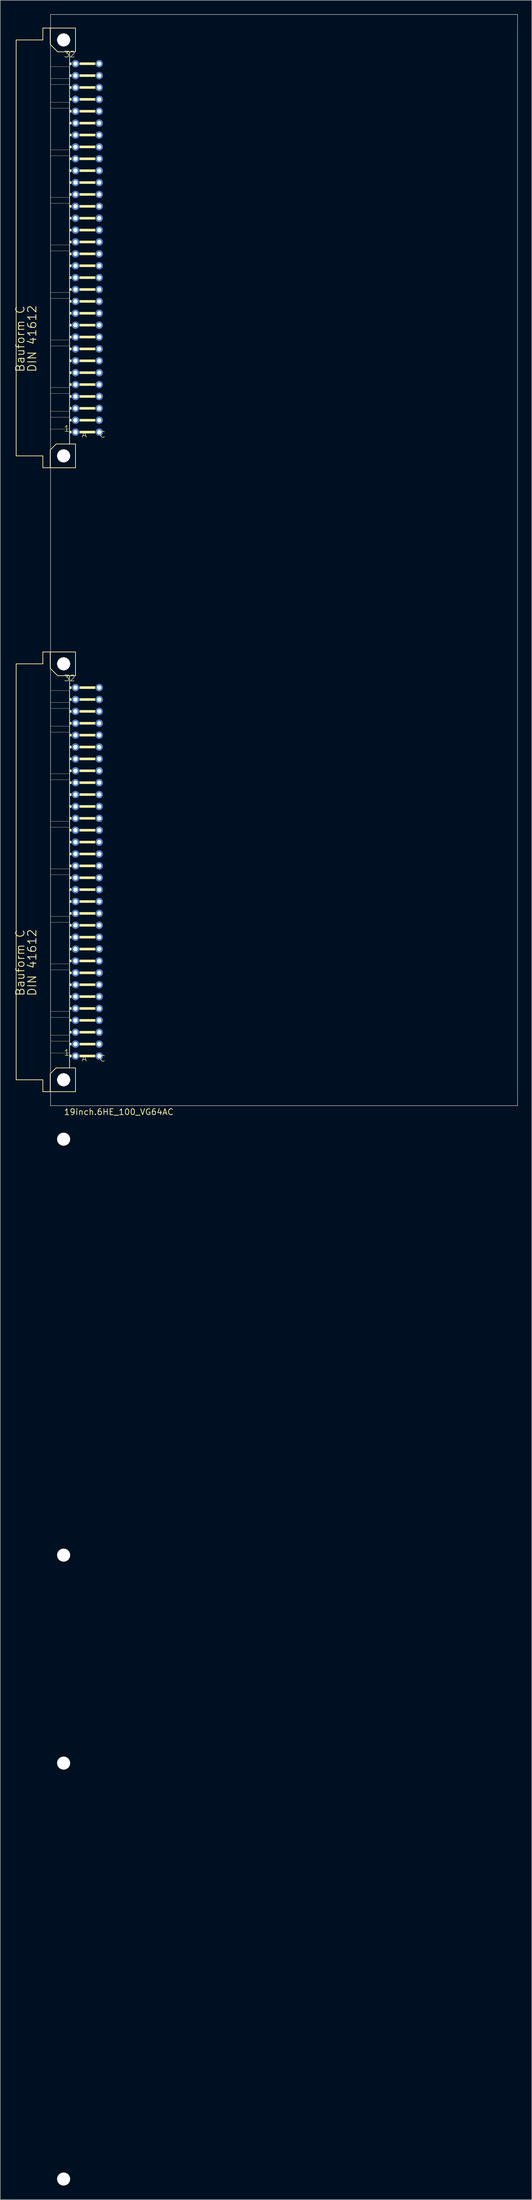
<source format=kicad_pcb>
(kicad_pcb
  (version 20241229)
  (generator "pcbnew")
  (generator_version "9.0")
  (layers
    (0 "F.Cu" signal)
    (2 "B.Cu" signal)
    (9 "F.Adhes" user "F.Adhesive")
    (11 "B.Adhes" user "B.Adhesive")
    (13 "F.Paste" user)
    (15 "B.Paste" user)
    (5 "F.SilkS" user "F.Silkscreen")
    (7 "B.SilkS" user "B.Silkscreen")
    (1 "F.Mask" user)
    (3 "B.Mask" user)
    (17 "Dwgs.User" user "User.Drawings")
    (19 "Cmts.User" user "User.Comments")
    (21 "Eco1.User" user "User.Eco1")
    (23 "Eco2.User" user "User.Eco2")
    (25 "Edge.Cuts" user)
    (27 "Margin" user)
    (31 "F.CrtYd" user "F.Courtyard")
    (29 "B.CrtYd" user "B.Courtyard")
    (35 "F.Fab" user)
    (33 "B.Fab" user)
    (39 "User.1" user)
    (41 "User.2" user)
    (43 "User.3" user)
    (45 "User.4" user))
  (footprint "19inch.6HE_100_VG64AC"
    (layer "F.Cu")
    (at 8.033 234.086)
    (property "Reference" "19inch.6HE_100_VG64AC" (at 2.54 1.27 0) (layer "F.SilkS") (effects (font (size 1.27 1.27) (thickness 0.16)) (justify left bottom)))
    (attr through_hole)
    (fp_line (start -7.62 -228.6) (end -7.62 -139.7) (stroke (width 0.152) (type default)) (layer "F.SilkS"))
    (fp_line (start -7.62 -139.7) (end -1.905 -139.7) (stroke (width 0.152) (type default)) (layer "F.SilkS"))
    (fp_line (start -7.62 -95.25) (end -7.62 -6.35) (stroke (width 0.152) (type default)) (layer "F.SilkS"))
    (fp_line (start -7.62 -6.35) (end -1.905 -6.35) (stroke (width 0.152) (type default)) (layer "F.SilkS"))
    (fp_line (start -1.905 -231.14) (end -1.905 -228.6) (stroke (width 0.152) (type default)) (layer "F.SilkS"))
    (fp_line (start -1.905 -228.6) (end -7.62 -228.6) (stroke (width 0.152) (type default)) (layer "F.SilkS"))
    (fp_line (start -1.905 -139.7) (end -1.905 -137.16) (stroke (width 0.152) (type default)) (layer "F.SilkS"))
    (fp_line (start -1.905 -137.16) (end -0.33 -137.16) (stroke (width 0.152) (type default)) (layer "F.SilkS"))
    (fp_line (start -1.905 -97.79) (end -1.905 -95.25) (stroke (width 0.152) (type default)) (layer "F.SilkS"))
    (fp_line (start -1.905 -95.25) (end -7.62 -95.25) (stroke (width 0.152) (type default)) (layer "F.SilkS"))
    (fp_line (start -1.905 -6.35) (end -1.905 -3.81) (stroke (width 0.152) (type default)) (layer "F.SilkS"))
    (fp_line (start -1.905 -3.81) (end -0.33 -3.81) (stroke (width 0.152) (type default)) (layer "F.SilkS"))
    (fp_line (start -0.33 -231.14) (end -1.905 -231.14) (stroke (width 0.152) (type default)) (layer "F.SilkS"))
    (fp_line (start -0.33 -227.66) (end -0.33 -231.14) (stroke (width 0.152) (type default)) (layer "F.SilkS"))
    (fp_line (start -0.33 -227.66) (end 1.27 -226.06) (stroke (width 0.152) (type default)) (layer "F.SilkS"))
    (fp_line (start -0.33 -140.97) (end -0.33 -137.16) (stroke (width 0.152) (type default)) (layer "F.SilkS"))
    (fp_line (start -0.33 -137.16) (end 5.08 -137.16) (stroke (width 0.152) (type default)) (layer "F.SilkS"))
    (fp_line (start -0.33 -97.79) (end -1.905 -97.79) (stroke (width 0.152) (type default)) (layer "F.SilkS"))
    (fp_line (start -0.33 -94.31) (end -0.33 -97.79) (stroke (width 0.152) (type default)) (layer "F.SilkS"))
    (fp_line (start -0.33 -94.31) (end 1.27 -92.71) (stroke (width 0.152) (type default)) (layer "F.SilkS"))
    (fp_line (start -0.33 -7.62) (end -0.33 -3.81) (stroke (width 0.152) (type default)) (layer "F.SilkS"))
    (fp_line (start -0.33 -3.81) (end 5.08 -3.81) (stroke (width 0.152) (type default)) (layer "F.SilkS"))
    (fp_line (start -0.254 -222.885) (end 3.81 -222.885) (stroke (width 0.051) (type default)) (layer "F.SilkS"))
    (fp_line (start -0.254 -220.345) (end -0.254 -222.885) (stroke (width 0.051) (type default)) (layer "F.SilkS"))
    (fp_line (start -0.254 -220.345) (end 3.81 -220.345) (stroke (width 0.051) (type default)) (layer "F.SilkS"))
    (fp_line (start -0.254 -219.075) (end 3.81 -219.075) (stroke (width 0.051) (type default)) (layer "F.SilkS"))
    (fp_line (start -0.254 -215.265) (end -0.254 -219.075) (stroke (width 0.051) (type default)) (layer "F.SilkS"))
    (fp_line (start -0.254 -215.265) (end 3.81 -215.265) (stroke (width 0.051) (type default)) (layer "F.SilkS"))
    (fp_line (start -0.254 -213.995) (end 3.81 -213.995) (stroke (width 0.051) (type default)) (layer "F.SilkS"))
    (fp_line (start -0.254 -205.105) (end -0.254 -213.995) (stroke (width 0.051) (type default)) (layer "F.SilkS"))
    (fp_line (start -0.254 -205.105) (end 3.81 -205.105) (stroke (width 0.051) (type default)) (layer "F.SilkS"))
    (fp_line (start -0.254 -203.835) (end 3.81 -203.835) (stroke (width 0.051) (type default)) (layer "F.SilkS"))
    (fp_line (start -0.254 -194.945) (end -0.254 -203.835) (stroke (width 0.051) (type default)) (layer "F.SilkS"))
    (fp_line (start -0.254 -194.945) (end 3.81 -194.945) (stroke (width 0.051) (type default)) (layer "F.SilkS"))
    (fp_line (start -0.254 -193.675) (end 3.81 -193.675) (stroke (width 0.051) (type default)) (layer "F.SilkS"))
    (fp_line (start -0.254 -184.785) (end -0.254 -193.675) (stroke (width 0.051) (type default)) (layer "F.SilkS"))
    (fp_line (start -0.254 -184.785) (end 3.81 -184.785) (stroke (width 0.051) (type default)) (layer "F.SilkS"))
    (fp_line (start -0.254 -183.515) (end 3.81 -183.515) (stroke (width 0.051) (type default)) (layer "F.SilkS"))
    (fp_line (start -0.254 -174.625) (end -0.254 -183.515) (stroke (width 0.051) (type default)) (layer "F.SilkS"))
    (fp_line (start -0.254 -174.625) (end 3.81 -174.625) (stroke (width 0.051) (type default)) (layer "F.SilkS"))
    (fp_line (start -0.254 -173.355) (end 3.81 -173.355) (stroke (width 0.051) (type default)) (layer "F.SilkS"))
    (fp_line (start -0.254 -164.465) (end -0.254 -173.355) (stroke (width 0.051) (type default)) (layer "F.SilkS"))
    (fp_line (start -0.254 -164.465) (end 3.81 -164.465) (stroke (width 0.051) (type default)) (layer "F.SilkS"))
    (fp_line (start -0.254 -163.195) (end 3.81 -163.195) (stroke (width 0.051) (type default)) (layer "F.SilkS"))
    (fp_line (start -0.254 -154.305) (end -0.254 -163.195) (stroke (width 0.051) (type default)) (layer "F.SilkS"))
    (fp_line (start -0.254 -154.305) (end 3.81 -154.305) (stroke (width 0.051) (type default)) (layer "F.SilkS"))
    (fp_line (start -0.254 -153.035) (end 3.81 -153.035) (stroke (width 0.051) (type default)) (layer "F.SilkS"))
    (fp_line (start -0.254 -149.225) (end -0.254 -153.035) (stroke (width 0.051) (type default)) (layer "F.SilkS"))
    (fp_line (start -0.254 -149.225) (end 3.81 -149.225) (stroke (width 0.051) (type default)) (layer "F.SilkS"))
    (fp_line (start -0.254 -147.955) (end 3.81 -147.955) (stroke (width 0.051) (type default)) (layer "F.SilkS"))
    (fp_line (start -0.254 -145.415) (end -0.254 -147.955) (stroke (width 0.051) (type default)) (layer "F.SilkS"))
    (fp_line (start -0.254 -145.415) (end 3.81 -145.415) (stroke (width 0.051) (type default)) (layer "F.SilkS"))
    (fp_line (start -0.254 -89.535) (end 3.81 -89.535) (stroke (width 0.051) (type default)) (layer "F.SilkS"))
    (fp_line (start -0.254 -86.995) (end -0.254 -89.535) (stroke (width 0.051) (type default)) (layer "F.SilkS"))
    (fp_line (start -0.254 -86.995) (end 3.81 -86.995) (stroke (width 0.051) (type default)) (layer "F.SilkS"))
    (fp_line (start -0.254 -85.725) (end 3.81 -85.725) (stroke (width 0.051) (type default)) (layer "F.SilkS"))
    (fp_line (start -0.254 -81.915) (end -0.254 -85.725) (stroke (width 0.051) (type default)) (layer "F.SilkS"))
    (fp_line (start -0.254 -81.915) (end 3.81 -81.915) (stroke (width 0.051) (type default)) (layer "F.SilkS"))
    (fp_line (start -0.254 -80.645) (end 3.81 -80.645) (stroke (width 0.051) (type default)) (layer "F.SilkS"))
    (fp_line (start -0.254 -71.755) (end -0.254 -80.645) (stroke (width 0.051) (type default)) (layer "F.SilkS"))
    (fp_line (start -0.254 -71.755) (end 3.81 -71.755) (stroke (width 0.051) (type default)) (layer "F.SilkS"))
    (fp_line (start -0.254 -70.485) (end 3.81 -70.485) (stroke (width 0.051) (type default)) (layer "F.SilkS"))
    (fp_line (start -0.254 -61.595) (end -0.254 -70.485) (stroke (width 0.051) (type default)) (layer "F.SilkS"))
    (fp_line (start -0.254 -61.595) (end 3.81 -61.595) (stroke (width 0.051) (type default)) (layer "F.SilkS"))
    (fp_line (start -0.254 -60.325) (end 3.81 -60.325) (stroke (width 0.051) (type default)) (layer "F.SilkS"))
    (fp_line (start -0.254 -51.435) (end -0.254 -60.325) (stroke (width 0.051) (type default)) (layer "F.SilkS"))
    (fp_line (start -0.254 -51.435) (end 3.81 -51.435) (stroke (width 0.051) (type default)) (layer "F.SilkS"))
    (fp_line (start -0.254 -50.165) (end 3.81 -50.165) (stroke (width 0.051) (type default)) (layer "F.SilkS"))
    (fp_line (start -0.254 -41.275) (end -0.254 -50.165) (stroke (width 0.051) (type default)) (layer "F.SilkS"))
    (fp_line (start -0.254 -41.275) (end 3.81 -41.275) (stroke (width 0.051) (type default)) (layer "F.SilkS"))
    (fp_line (start -0.254 -40.005) (end 3.81 -40.005) (stroke (width 0.051) (type default)) (layer "F.SilkS"))
    (fp_line (start -0.254 -31.115) (end -0.254 -40.005) (stroke (width 0.051) (type default)) (layer "F.SilkS"))
    (fp_line (start -0.254 -31.115) (end 3.81 -31.115) (stroke (width 0.051) (type default)) (layer "F.SilkS"))
    (fp_line (start -0.254 -29.845) (end 3.81 -29.845) (stroke (width 0.051) (type default)) (layer "F.SilkS"))
    (fp_line (start -0.254 -20.955) (end -0.254 -29.845) (stroke (width 0.051) (type default)) (layer "F.SilkS"))
    (fp_line (start -0.254 -20.955) (end 3.81 -20.955) (stroke (width 0.051) (type default)) (layer "F.SilkS"))
    (fp_line (start -0.254 -19.685) (end 3.81 -19.685) (stroke (width 0.051) (type default)) (layer "F.SilkS"))
    (fp_line (start -0.254 -15.875) (end -0.254 -19.685) (stroke (width 0.051) (type default)) (layer "F.SilkS"))
    (fp_line (start -0.254 -15.875) (end 3.81 -15.875) (stroke (width 0.051) (type default)) (layer "F.SilkS"))
    (fp_line (start -0.254 -14.605) (end 3.81 -14.605) (stroke (width 0.051) (type default)) (layer "F.SilkS"))
    (fp_line (start -0.254 -12.065) (end -0.254 -14.605) (stroke (width 0.051) (type default)) (layer "F.SilkS"))
    (fp_line (start -0.254 -12.065) (end 3.81 -12.065) (stroke (width 0.051) (type default)) (layer "F.SilkS"))
    (fp_line (start 0.94 -142.24) (end -0.33 -140.97) (stroke (width 0.152) (type default)) (layer "F.SilkS"))
    (fp_line (start 0.94 -8.89) (end -0.33 -7.62) (stroke (width 0.152) (type default)) (layer "F.SilkS"))
    (fp_line (start 3.81 -226.06) (end 1.27 -226.06) (stroke (width 0.152) (type default)) (layer "F.SilkS"))
    (fp_line (start 3.81 -222.885) (end 3.81 -226.06) (stroke (width 0.152) (type default)) (layer "F.SilkS"))
    (fp_line (start 3.81 -220.345) (end 3.81 -222.885) (stroke (width 0.152) (type default)) (layer "F.SilkS"))
    (fp_line (start 3.81 -219.075) (end 3.81 -220.345) (stroke (width 0.152) (type default)) (layer "F.SilkS"))
    (fp_line (start 3.81 -215.265) (end 3.81 -219.075) (stroke (width 0.152) (type default)) (layer "F.SilkS"))
    (fp_line (start 3.81 -213.995) (end 3.81 -215.265) (stroke (width 0.152) (type default)) (layer "F.SilkS"))
    (fp_line (start 3.81 -205.105) (end 3.81 -213.995) (stroke (width 0.152) (type default)) (layer "F.SilkS"))
    (fp_line (start 3.81 -203.835) (end 3.81 -205.105) (stroke (width 0.152) (type default)) (layer "F.SilkS"))
    (fp_line (start 3.81 -194.945) (end 3.81 -203.835) (stroke (width 0.152) (type default)) (layer "F.SilkS"))
    (fp_line (start 3.81 -193.675) (end 3.81 -194.945) (stroke (width 0.152) (type default)) (layer "F.SilkS"))
    (fp_line (start 3.81 -184.785) (end 3.81 -193.675) (stroke (width 0.152) (type default)) (layer "F.SilkS"))
    (fp_line (start 3.81 -183.515) (end 3.81 -184.785) (stroke (width 0.152) (type default)) (layer "F.SilkS"))
    (fp_line (start 3.81 -174.625) (end 3.81 -183.515) (stroke (width 0.152) (type default)) (layer "F.SilkS"))
    (fp_line (start 3.81 -173.355) (end 3.81 -174.625) (stroke (width 0.152) (type default)) (layer "F.SilkS"))
    (fp_line (start 3.81 -164.465) (end 3.81 -173.355) (stroke (width 0.152) (type default)) (layer "F.SilkS"))
    (fp_line (start 3.81 -163.195) (end 3.81 -164.465) (stroke (width 0.152) (type default)) (layer "F.SilkS"))
    (fp_line (start 3.81 -154.305) (end 3.81 -163.195) (stroke (width 0.152) (type default)) (layer "F.SilkS"))
    (fp_line (start 3.81 -153.035) (end 3.81 -154.305) (stroke (width 0.152) (type default)) (layer "F.SilkS"))
    (fp_line (start 3.81 -149.225) (end 3.81 -153.035) (stroke (width 0.152) (type default)) (layer "F.SilkS"))
    (fp_line (start 3.81 -147.955) (end 3.81 -149.225) (stroke (width 0.152) (type default)) (layer "F.SilkS"))
    (fp_line (start 3.81 -145.415) (end 3.81 -147.955) (stroke (width 0.152) (type default)) (layer "F.SilkS"))
    (fp_line (start 3.81 -142.24) (end 0.94 -142.24) (stroke (width 0.152) (type default)) (layer "F.SilkS"))
    (fp_line (start 3.81 -142.24) (end 3.81 -145.415) (stroke (width 0.152) (type default)) (layer "F.SilkS"))
    (fp_line (start 3.81 -92.71) (end 1.27 -92.71) (stroke (width 0.152) (type default)) (layer "F.SilkS"))
    (fp_line (start 3.81 -89.535) (end 3.81 -92.71) (stroke (width 0.152) (type default)) (layer "F.SilkS"))
    (fp_line (start 3.81 -86.995) (end 3.81 -89.535) (stroke (width 0.152) (type default)) (layer "F.SilkS"))
    (fp_line (start 3.81 -85.725) (end 3.81 -86.995) (stroke (width 0.152) (type default)) (layer "F.SilkS"))
    (fp_line (start 3.81 -81.915) (end 3.81 -85.725) (stroke (width 0.152) (type default)) (layer "F.SilkS"))
    (fp_line (start 3.81 -80.645) (end 3.81 -81.915) (stroke (width 0.152) (type default)) (layer "F.SilkS"))
    (fp_line (start 3.81 -71.755) (end 3.81 -80.645) (stroke (width 0.152) (type default)) (layer "F.SilkS"))
    (fp_line (start 3.81 -70.485) (end 3.81 -71.755) (stroke (width 0.152) (type default)) (layer "F.SilkS"))
    (fp_line (start 3.81 -61.595) (end 3.81 -70.485) (stroke (width 0.152) (type default)) (layer "F.SilkS"))
    (fp_line (start 3.81 -60.325) (end 3.81 -61.595) (stroke (width 0.152) (type default)) (layer "F.SilkS"))
    (fp_line (start 3.81 -51.435) (end 3.81 -60.325) (stroke (width 0.152) (type default)) (layer "F.SilkS"))
    (fp_line (start 3.81 -50.165) (end 3.81 -51.435) (stroke (width 0.152) (type default)) (layer "F.SilkS"))
    (fp_line (start 3.81 -41.275) (end 3.81 -50.165) (stroke (width 0.152) (type default)) (layer "F.SilkS"))
    (fp_line (start 3.81 -40.005) (end 3.81 -41.275) (stroke (width 0.152) (type default)) (layer "F.SilkS"))
    (fp_line (start 3.81 -31.115) (end 3.81 -40.005) (stroke (width 0.152) (type default)) (layer "F.SilkS"))
    (fp_line (start 3.81 -29.845) (end 3.81 -31.115) (stroke (width 0.152) (type default)) (layer "F.SilkS"))
    (fp_line (start 3.81 -20.955) (end 3.81 -29.845) (stroke (width 0.152) (type default)) (layer "F.SilkS"))
    (fp_line (start 3.81 -19.685) (end 3.81 -20.955) (stroke (width 0.152) (type default)) (layer "F.SilkS"))
    (fp_line (start 3.81 -15.875) (end 3.81 -19.685) (stroke (width 0.152) (type default)) (layer "F.SilkS"))
    (fp_line (start 3.81 -14.605) (end 3.81 -15.875) (stroke (width 0.152) (type default)) (layer "F.SilkS"))
    (fp_line (start 3.81 -12.065) (end 3.81 -14.605) (stroke (width 0.152) (type default)) (layer "F.SilkS"))
    (fp_line (start 3.81 -8.89) (end 0.94 -8.89) (stroke (width 0.152) (type default)) (layer "F.SilkS"))
    (fp_line (start 3.81 -8.89) (end 3.81 -12.065) (stroke (width 0.152) (type default)) (layer "F.SilkS"))
    (fp_line (start 5.08 -231.14) (end -0.33 -231.14) (stroke (width 0.152) (type default)) (layer "F.SilkS"))
    (fp_line (start 5.08 -226.06) (end 3.81 -226.06) (stroke (width 0.152) (type default)) (layer "F.SilkS"))
    (fp_line (start 5.08 -226.06) (end 5.08 -231.14) (stroke (width 0.152) (type default)) (layer "F.SilkS"))
    (fp_line (start 5.08 -142.24) (end 3.81 -142.24) (stroke (width 0.152) (type default)) (layer "F.SilkS"))
    (fp_line (start 5.08 -137.16) (end 5.08 -142.24) (stroke (width 0.152) (type default)) (layer "F.SilkS"))
    (fp_line (start 5.08 -97.79) (end -0.33 -97.79) (stroke (width 0.152) (type default)) (layer "F.SilkS"))
    (fp_line (start 5.08 -92.71) (end 3.81 -92.71) (stroke (width 0.152) (type default)) (layer "F.SilkS"))
    (fp_line (start 5.08 -92.71) (end 5.08 -97.79) (stroke (width 0.152) (type default)) (layer "F.SilkS"))
    (fp_line (start 5.08 -8.89) (end 3.81 -8.89) (stroke (width 0.152) (type default)) (layer "F.SilkS"))
    (fp_line (start 5.08 -3.81) (end 5.08 -8.89) (stroke (width 0.152) (type default)) (layer "F.SilkS"))
    (fp_rect (start 3.81 -223.266) (end 4.191 -223.774) (stroke (width 0.05) (type default)) (fill yes) (layer "F.SilkS"))
    (fp_rect (start 3.81 -220.726) (end 4.191 -221.234) (stroke (width 0.05) (type default)) (fill yes) (layer "F.SilkS"))
    (fp_rect (start 3.81 -218.186) (end 4.191 -218.694) (stroke (width 0.05) (type default)) (fill yes) (layer "F.SilkS"))
    (fp_rect (start 3.81 -215.646) (end 4.191 -216.154) (stroke (width 0.05) (type default)) (fill yes) (layer "F.SilkS"))
    (fp_rect (start 3.81 -213.106) (end 4.191 -213.614) (stroke (width 0.05) (type default)) (fill yes) (layer "F.SilkS"))
    (fp_rect (start 3.81 -210.566) (end 4.191 -211.074) (stroke (width 0.05) (type default)) (fill yes) (layer "F.SilkS"))
    (fp_rect (start 3.81 -208.026) (end 4.191 -208.534) (stroke (width 0.05) (type default)) (fill yes) (layer "F.SilkS"))
    (fp_rect (start 3.81 -205.486) (end 4.191 -205.994) (stroke (width 0.05) (type default)) (fill yes) (layer "F.SilkS"))
    (fp_rect (start 3.81 -202.946) (end 4.191 -203.454) (stroke (width 0.05) (type default)) (fill yes) (layer "F.SilkS"))
    (fp_rect (start 3.81 -200.406) (end 4.191 -200.914) (stroke (width 0.05) (type default)) (fill yes) (layer "F.SilkS"))
    (fp_rect (start 3.81 -197.866) (end 4.191 -198.374) (stroke (width 0.05) (type default)) (fill yes) (layer "F.SilkS"))
    (fp_rect (start 3.81 -195.326) (end 4.191 -195.834) (stroke (width 0.05) (type default)) (fill yes) (layer "F.SilkS"))
    (fp_rect (start 3.81 -192.786) (end 4.191 -193.294) (stroke (width 0.05) (type default)) (fill yes) (layer "F.SilkS"))
    (fp_rect (start 3.81 -190.246) (end 4.191 -190.754) (stroke (width 0.05) (type default)) (fill yes) (layer "F.SilkS"))
    (fp_rect (start 3.81 -187.706) (end 4.191 -188.214) (stroke (width 0.05) (type default)) (fill yes) (layer "F.SilkS"))
    (fp_rect (start 3.81 -185.166) (end 4.191 -185.674) (stroke (width 0.05) (type default)) (fill yes) (layer "F.SilkS"))
    (fp_rect (start 3.81 -182.626) (end 4.191 -183.134) (stroke (width 0.05) (type default)) (fill yes) (layer "F.SilkS"))
    (fp_rect (start 3.81 -180.086) (end 4.191 -180.594) (stroke (width 0.05) (type default)) (fill yes) (layer "F.SilkS"))
    (fp_rect (start 3.81 -177.546) (end 4.191 -178.054) (stroke (width 0.05) (type default)) (fill yes) (layer "F.SilkS"))
    (fp_rect (start 3.81 -175.006) (end 4.191 -175.514) (stroke (width 0.05) (type default)) (fill yes) (layer "F.SilkS"))
    (fp_rect (start 3.81 -172.466) (end 4.191 -172.974) (stroke (width 0.05) (type default)) (fill yes) (layer "F.SilkS"))
    (fp_rect (start 3.81 -169.926) (end 4.191 -170.434) (stroke (width 0.05) (type default)) (fill yes) (layer "F.SilkS"))
    (fp_rect (start 3.81 -167.386) (end 4.191 -167.894) (stroke (width 0.05) (type default)) (fill yes) (layer "F.SilkS"))
    (fp_rect (start 3.81 -164.846) (end 4.191 -165.354) (stroke (width 0.05) (type default)) (fill yes) (layer "F.SilkS"))
    (fp_rect (start 3.81 -162.306) (end 4.191 -162.814) (stroke (width 0.05) (type default)) (fill yes) (layer "F.SilkS"))
    (fp_rect (start 3.81 -159.766) (end 4.191 -160.274) (stroke (width 0.05) (type default)) (fill yes) (layer "F.SilkS"))
    (fp_rect (start 3.81 -157.226) (end 4.191 -157.734) (stroke (width 0.05) (type default)) (fill yes) (layer "F.SilkS"))
    (fp_rect (start 3.81 -154.686) (end 4.191 -155.194) (stroke (width 0.05) (type default)) (fill yes) (layer "F.SilkS"))
    (fp_rect (start 3.81 -152.146) (end 4.191 -152.654) (stroke (width 0.05) (type default)) (fill yes) (layer "F.SilkS"))
    (fp_rect (start 3.81 -149.606) (end 4.191 -150.114) (stroke (width 0.05) (type default)) (fill yes) (layer "F.SilkS"))
    (fp_rect (start 3.81 -147.066) (end 4.191 -147.574) (stroke (width 0.05) (type default)) (fill yes) (layer "F.SilkS"))
    (fp_rect (start 3.81 -144.526) (end 4.191 -145.034) (stroke (width 0.05) (type default)) (fill yes) (layer "F.SilkS"))
    (fp_rect (start 3.81 -89.916) (end 4.191 -90.424) (stroke (width 0.05) (type default)) (fill yes) (layer "F.SilkS"))
    (fp_rect (start 3.81 -87.376) (end 4.191 -87.884) (stroke (width 0.05) (type default)) (fill yes) (layer "F.SilkS"))
    (fp_rect (start 3.81 -84.836) (end 4.191 -85.344) (stroke (width 0.05) (type default)) (fill yes) (layer "F.SilkS"))
    (fp_rect (start 3.81 -82.296) (end 4.191 -82.804) (stroke (width 0.05) (type default)) (fill yes) (layer "F.SilkS"))
    (fp_rect (start 3.81 -79.756) (end 4.191 -80.264) (stroke (width 0.05) (type default)) (fill yes) (layer "F.SilkS"))
    (fp_rect (start 3.81 -77.216) (end 4.191 -77.724) (stroke (width 0.05) (type default)) (fill yes) (layer "F.SilkS"))
    (fp_rect (start 3.81 -74.676) (end 4.191 -75.184) (stroke (width 0.05) (type default)) (fill yes) (layer "F.SilkS"))
    (fp_rect (start 3.81 -72.136) (end 4.191 -72.644) (stroke (width 0.05) (type default)) (fill yes) (layer "F.SilkS"))
    (fp_rect (start 3.81 -69.596) (end 4.191 -70.104) (stroke (width 0.05) (type default)) (fill yes) (layer "F.SilkS"))
    (fp_rect (start 3.81 -67.056) (end 4.191 -67.564) (stroke (width 0.05) (type default)) (fill yes) (layer "F.SilkS"))
    (fp_rect (start 3.81 -64.516) (end 4.191 -65.024) (stroke (width 0.05) (type default)) (fill yes) (layer "F.SilkS"))
    (fp_rect (start 3.81 -61.976) (end 4.191 -62.484) (stroke (width 0.05) (type default)) (fill yes) (layer "F.SilkS"))
    (fp_rect (start 3.81 -59.436) (end 4.191 -59.944) (stroke (width 0.05) (type default)) (fill yes) (layer "F.SilkS"))
    (fp_rect (start 3.81 -56.896) (end 4.191 -57.404) (stroke (width 0.05) (type default)) (fill yes) (layer "F.SilkS"))
    (fp_rect (start 3.81 -54.356) (end 4.191 -54.864) (stroke (width 0.05) (type default)) (fill yes) (layer "F.SilkS"))
    (fp_rect (start 3.81 -51.816) (end 4.191 -52.324) (stroke (width 0.05) (type default)) (fill yes) (layer "F.SilkS"))
    (fp_rect (start 3.81 -49.276) (end 4.191 -49.784) (stroke (width 0.05) (type default)) (fill yes) (layer "F.SilkS"))
    (fp_rect (start 3.81 -46.736) (end 4.191 -47.244) (stroke (width 0.05) (type default)) (fill yes) (layer "F.SilkS"))
    (fp_rect (start 3.81 -44.196) (end 4.191 -44.704) (stroke (width 0.05) (type default)) (fill yes) (layer "F.SilkS"))
    (fp_rect (start 3.81 -41.656) (end 4.191 -42.164) (stroke (width 0.05) (type default)) (fill yes) (layer "F.SilkS"))
    (fp_rect (start 3.81 -39.116) (end 4.191 -39.624) (stroke (width 0.05) (type default)) (fill yes) (layer "F.SilkS"))
    (fp_rect (start 3.81 -36.576) (end 4.191 -37.084) (stroke (width 0.05) (type default)) (fill yes) (layer "F.SilkS"))
    (fp_rect (start 3.81 -34.036) (end 4.191 -34.544) (stroke (width 0.05) (type default)) (fill yes) (layer "F.SilkS"))
    (fp_rect (start 3.81 -31.496) (end 4.191 -32.004) (stroke (width 0.05) (type default)) (fill yes) (layer "F.SilkS"))
    (fp_rect (start 3.81 -28.956) (end 4.191 -29.464) (stroke (width 0.05) (type default)) (fill yes) (layer "F.SilkS"))
    (fp_rect (start 3.81 -26.416) (end 4.191 -26.924) (stroke (width 0.05) (type default)) (fill yes) (layer "F.SilkS"))
    (fp_rect (start 3.81 -23.876) (end 4.191 -24.384) (stroke (width 0.05) (type default)) (fill yes) (layer "F.SilkS"))
    (fp_rect (start 3.81 -21.336) (end 4.191 -21.844) (stroke (width 0.05) (type default)) (fill yes) (layer "F.SilkS"))
    (fp_rect (start 3.81 -18.796) (end 4.191 -19.304) (stroke (width 0.05) (type default)) (fill yes) (layer "F.SilkS"))
    (fp_rect (start 3.81 -16.256) (end 4.191 -16.764) (stroke (width 0.05) (type default)) (fill yes) (layer "F.SilkS"))
    (fp_rect (start 3.81 -13.716) (end 4.191 -14.224) (stroke (width 0.05) (type default)) (fill yes) (layer "F.SilkS"))
    (fp_rect (start 3.81 -11.176) (end 4.191 -11.684) (stroke (width 0.05) (type default)) (fill yes) (layer "F.SilkS"))
    (fp_rect (start 5.969 -223.266) (end 9.271 -223.774) (stroke (width 0.05) (type default)) (fill yes) (layer "F.SilkS"))
    (fp_rect (start 5.969 -220.726) (end 9.271 -221.234) (stroke (width 0.05) (type default)) (fill yes) (layer "F.SilkS"))
    (fp_rect (start 5.969 -218.186) (end 9.271 -218.694) (stroke (width 0.05) (type default)) (fill yes) (layer "F.SilkS"))
    (fp_rect (start 5.969 -215.646) (end 9.271 -216.154) (stroke (width 0.05) (type default)) (fill yes) (layer "F.SilkS"))
    (fp_rect (start 5.969 -213.106) (end 9.271 -213.614) (stroke (width 0.05) (type default)) (fill yes) (layer "F.SilkS"))
    (fp_rect (start 5.969 -210.566) (end 9.271 -211.074) (stroke (width 0.05) (type default)) (fill yes) (layer "F.SilkS"))
    (fp_rect (start 5.969 -208.026) (end 9.271 -208.534) (stroke (width 0.05) (type default)) (fill yes) (layer "F.SilkS"))
    (fp_rect (start 5.969 -205.486) (end 9.271 -205.994) (stroke (width 0.05) (type default)) (fill yes) (layer "F.SilkS"))
    (fp_rect (start 5.969 -202.946) (end 9.271 -203.454) (stroke (width 0.05) (type default)) (fill yes) (layer "F.SilkS"))
    (fp_rect (start 5.969 -200.406) (end 9.271 -200.914) (stroke (width 0.05) (type default)) (fill yes) (layer "F.SilkS"))
    (fp_rect (start 5.969 -197.866) (end 9.271 -198.374) (stroke (width 0.05) (type default)) (fill yes) (layer "F.SilkS"))
    (fp_rect (start 5.969 -195.326) (end 9.271 -195.834) (stroke (width 0.05) (type default)) (fill yes) (layer "F.SilkS"))
    (fp_rect (start 5.969 -192.786) (end 9.271 -193.294) (stroke (width 0.05) (type default)) (fill yes) (layer "F.SilkS"))
    (fp_rect (start 5.969 -190.246) (end 9.271 -190.754) (stroke (width 0.05) (type default)) (fill yes) (layer "F.SilkS"))
    (fp_rect (start 5.969 -187.706) (end 9.271 -188.214) (stroke (width 0.05) (type default)) (fill yes) (layer "F.SilkS"))
    (fp_rect (start 5.969 -185.166) (end 9.271 -185.674) (stroke (width 0.05) (type default)) (fill yes) (layer "F.SilkS"))
    (fp_rect (start 5.969 -182.626) (end 9.271 -183.134) (stroke (width 0.05) (type default)) (fill yes) (layer "F.SilkS"))
    (fp_rect (start 5.969 -180.086) (end 9.271 -180.594) (stroke (width 0.05) (type default)) (fill yes) (layer "F.SilkS"))
    (fp_rect (start 5.969 -177.546) (end 9.271 -178.054) (stroke (width 0.05) (type default)) (fill yes) (layer "F.SilkS"))
    (fp_rect (start 5.969 -175.006) (end 9.271 -175.514) (stroke (width 0.05) (type default)) (fill yes) (layer "F.SilkS"))
    (fp_rect (start 5.969 -172.466) (end 9.271 -172.974) (stroke (width 0.05) (type default)) (fill yes) (layer "F.SilkS"))
    (fp_rect (start 5.969 -169.926) (end 9.271 -170.434) (stroke (width 0.05) (type default)) (fill yes) (layer "F.SilkS"))
    (fp_rect (start 5.969 -167.386) (end 9.271 -167.894) (stroke (width 0.05) (type default)) (fill yes) (layer "F.SilkS"))
    (fp_rect (start 5.969 -164.846) (end 9.271 -165.354) (stroke (width 0.05) (type default)) (fill yes) (layer "F.SilkS"))
    (fp_rect (start 5.969 -162.306) (end 9.271 -162.814) (stroke (width 0.05) (type default)) (fill yes) (layer "F.SilkS"))
    (fp_rect (start 5.969 -159.766) (end 9.271 -160.274) (stroke (width 0.05) (type default)) (fill yes) (layer "F.SilkS"))
    (fp_rect (start 5.969 -157.226) (end 9.271 -157.734) (stroke (width 0.05) (type default)) (fill yes) (layer "F.SilkS"))
    (fp_rect (start 5.969 -154.686) (end 9.271 -155.194) (stroke (width 0.05) (type default)) (fill yes) (layer "F.SilkS"))
    (fp_rect (start 5.969 -152.146) (end 9.271 -152.654) (stroke (width 0.05) (type default)) (fill yes) (layer "F.SilkS"))
    (fp_rect (start 5.969 -149.606) (end 9.271 -150.114) (stroke (width 0.05) (type default)) (fill yes) (layer "F.SilkS"))
    (fp_rect (start 5.969 -147.066) (end 9.271 -147.574) (stroke (width 0.05) (type default)) (fill yes) (layer "F.SilkS"))
    (fp_rect (start 5.969 -144.526) (end 9.271 -145.034) (stroke (width 0.05) (type default)) (fill yes) (layer "F.SilkS"))
    (fp_rect (start 5.969 -89.916) (end 9.271 -90.424) (stroke (width 0.05) (type default)) (fill yes) (layer "F.SilkS"))
    (fp_rect (start 5.969 -87.376) (end 9.271 -87.884) (stroke (width 0.05) (type default)) (fill yes) (layer "F.SilkS"))
    (fp_rect (start 5.969 -84.836) (end 9.271 -85.344) (stroke (width 0.05) (type default)) (fill yes) (layer "F.SilkS"))
    (fp_rect (start 5.969 -82.296) (end 9.271 -82.804) (stroke (width 0.05) (type default)) (fill yes) (layer "F.SilkS"))
    (fp_rect (start 5.969 -79.756) (end 9.271 -80.264) (stroke (width 0.05) (type default)) (fill yes) (layer "F.SilkS"))
    (fp_rect (start 5.969 -77.216) (end 9.271 -77.724) (stroke (width 0.05) (type default)) (fill yes) (layer "F.SilkS"))
    (fp_rect (start 5.969 -74.676) (end 9.271 -75.184) (stroke (width 0.05) (type default)) (fill yes) (layer "F.SilkS"))
    (fp_rect (start 5.969 -72.136) (end 9.271 -72.644) (stroke (width 0.05) (type default)) (fill yes) (layer "F.SilkS"))
    (fp_rect (start 5.969 -69.596) (end 9.271 -70.104) (stroke (width 0.05) (type default)) (fill yes) (layer "F.SilkS"))
    (fp_rect (start 5.969 -67.056) (end 9.271 -67.564) (stroke (width 0.05) (type default)) (fill yes) (layer "F.SilkS"))
    (fp_rect (start 5.969 -64.516) (end 9.271 -65.024) (stroke (width 0.05) (type default)) (fill yes) (layer "F.SilkS"))
    (fp_rect (start 5.969 -61.976) (end 9.271 -62.484) (stroke (width 0.05) (type default)) (fill yes) (layer "F.SilkS"))
    (fp_rect (start 5.969 -59.436) (end 9.271 -59.944) (stroke (width 0.05) (type default)) (fill yes) (layer "F.SilkS"))
    (fp_rect (start 5.969 -56.896) (end 9.271 -57.404) (stroke (width 0.05) (type default)) (fill yes) (layer "F.SilkS"))
    (fp_rect (start 5.969 -54.356) (end 9.271 -54.864) (stroke (width 0.05) (type default)) (fill yes) (layer "F.SilkS"))
    (fp_rect (start 5.969 -51.816) (end 9.271 -52.324) (stroke (width 0.05) (type default)) (fill yes) (layer "F.SilkS"))
    (fp_rect (start 5.969 -49.276) (end 9.271 -49.784) (stroke (width 0.05) (type default)) (fill yes) (layer "F.SilkS"))
    (fp_rect (start 5.969 -46.736) (end 9.271 -47.244) (stroke (width 0.05) (type default)) (fill yes) (layer "F.SilkS"))
    (fp_rect (start 5.969 -44.196) (end 9.271 -44.704) (stroke (width 0.05) (type default)) (fill yes) (layer "F.SilkS"))
    (fp_rect (start 5.969 -41.656) (end 9.271 -42.164) (stroke (width 0.05) (type default)) (fill yes) (layer "F.SilkS"))
    (fp_rect (start 5.969 -39.116) (end 9.271 -39.624) (stroke (width 0.05) (type default)) (fill yes) (layer "F.SilkS"))
    (fp_rect (start 5.969 -36.576) (end 9.271 -37.084) (stroke (width 0.05) (type default)) (fill yes) (layer "F.SilkS"))
    (fp_rect (start 5.969 -34.036) (end 9.271 -34.544) (stroke (width 0.05) (type default)) (fill yes) (layer "F.SilkS"))
    (fp_rect (start 5.969 -31.496) (end 9.271 -32.004) (stroke (width 0.05) (type default)) (fill yes) (layer "F.SilkS"))
    (fp_rect (start 5.969 -28.956) (end 9.271 -29.464) (stroke (width 0.05) (type default)) (fill yes) (layer "F.SilkS"))
    (fp_rect (start 5.969 -26.416) (end 9.271 -26.924) (stroke (width 0.05) (type default)) (fill yes) (layer "F.SilkS"))
    (fp_rect (start 5.969 -23.876) (end 9.271 -24.384) (stroke (width 0.05) (type default)) (fill yes) (layer "F.SilkS"))
    (fp_rect (start 5.969 -21.336) (end 9.271 -21.844) (stroke (width 0.05) (type default)) (fill yes) (layer "F.SilkS"))
    (fp_rect (start 5.969 -18.796) (end 9.271 -19.304) (stroke (width 0.05) (type default)) (fill yes) (layer "F.SilkS"))
    (fp_rect (start 5.969 -16.256) (end 9.271 -16.764) (stroke (width 0.05) (type default)) (fill yes) (layer "F.SilkS"))
    (fp_rect (start 5.969 -13.716) (end 9.271 -14.224) (stroke (width 0.05) (type default)) (fill yes) (layer "F.SilkS"))
    (fp_rect (start 5.969 -11.176) (end 9.271 -11.684) (stroke (width 0.05) (type default)) (fill yes) (layer "F.SilkS"))
    (fp_line (start 2.534 -228.6) (end 1.087 -228.6) (stroke (width 0.1) (type default)) (layer "Cmts.User"))
    (fp_line (start 2.534 -228.6) (end 2.534 -230.047) (stroke (width 0.1) (type default)) (layer "Cmts.User"))
    (fp_line (start 2.534 -228.6) (end 2.534 -227.164) (stroke (width 0.1) (type default)) (layer "Cmts.User"))
    (fp_line (start 2.534 -228.6) (end 3.998 -228.6) (stroke (width 0.1) (type default)) (layer "Cmts.User"))
    (fp_line (start 2.534 -139.7) (end 1.137 -139.7) (stroke (width 0.1) (type default)) (layer "Cmts.User"))
    (fp_line (start 2.534 -139.7) (end 2.534 -141.097) (stroke (width 0.1) (type default)) (layer "Cmts.User"))
    (fp_line (start 2.534 -139.7) (end 2.534 -138.314) (stroke (width 0.1) (type default)) (layer "Cmts.User"))
    (fp_line (start 2.534 -139.7) (end 3.948 -139.7) (stroke (width 0.1) (type default)) (layer "Cmts.User"))
    (fp_line (start 2.534 -95.25) (end 1.087 -95.25) (stroke (width 0.1) (type default)) (layer "Cmts.User"))
    (fp_line (start 2.534 -95.25) (end 2.534 -96.697) (stroke (width 0.1) (type default)) (layer "Cmts.User"))
    (fp_line (start 2.534 -95.25) (end 2.534 -93.814) (stroke (width 0.1) (type default)) (layer "Cmts.User"))
    (fp_line (start 2.534 -95.25) (end 3.998 -95.25) (stroke (width 0.1) (type default)) (layer "Cmts.User"))
    (fp_line (start 2.534 -6.35) (end 1.087 -6.35) (stroke (width 0.1) (type default)) (layer "Cmts.User"))
    (fp_line (start 2.534 -6.35) (end 2.534 -7.814) (stroke (width 0.1) (type default)) (layer "Cmts.User"))
    (fp_line (start 2.534 -6.35) (end 2.534 -4.914) (stroke (width 0.1) (type default)) (layer "Cmts.User"))
    (fp_line (start 2.534 -6.35) (end 3.992 -6.35) (stroke (width 0.1) (type default)) (layer "Cmts.User"))
    (fp_circle (center 2.534 -228.6) (end 3.931 -228.6) (stroke (width 0.001) (type default)) (fill no) (layer "Cmts.User"))
    (fp_circle (center 2.534 -139.7) (end 3.931 -139.7) (stroke (width 0.001) (type default)) (fill no) (layer "Cmts.User"))
    (fp_circle (center 2.534 -95.25) (end 3.931 -95.25) (stroke (width 0.001) (type default)) (fill no) (layer "Cmts.User"))
    (fp_circle (center 2.534 -6.35) (end 3.931 -6.35) (stroke (width 0.001) (type default)) (fill no) (layer "Cmts.User"))
    (fp_line (start -0.26 -234.036) (end -0.26 -0.813) (stroke (width 0.1) (type default)) (layer "Edge.Cuts"))
    (fp_line (start -0.26 -0.813) (end 99.74 -0.813) (stroke (width 0.1) (type default)) (layer "Edge.Cuts"))
    (fp_line (start 99.74 -234.036) (end -0.26 -234.036) (stroke (width 0.1) (type default)) (layer "Edge.Cuts"))
    (fp_line (start 99.74 -234.036) (end 99.74 -0.813) (stroke (width 0.1) (type default)) (layer "Edge.Cuts"))
    (fp_text user "1" (at 2.54 -11.43 180) (layer "F.SilkS") (effects (font (size 1.27 1.27) (thickness 0.11)) (justify left bottom)))
    (fp_text user "Bauform C" (at -5.715 -157.48 270) (layer "F.SilkS") (effects (font (size 1.778 1.778) (thickness 0.18)) (justify left bottom)))
    (fp_text user "A" (at 6.35 -10.16 180) (layer "F.SilkS") (effects (font (size 1.27 1.27) (thickness 0.11)) (justify left bottom)))
    (fp_text user "DIN 41612" (at -3.175 -24.13 270) (layer "F.SilkS") (effects (font (size 1.778 1.778) (thickness 0.18)) (justify left bottom)))
    (fp_text user "C" (at 10.16 -143.51 180) (layer "F.SilkS") (effects (font (size 1.27 1.27) (thickness 0.11)) (justify left bottom)))
    (fp_text user "32" (at 2.54 -91.44 180) (layer "F.SilkS") (effects (font (size 1.27 1.27) (thickness 0.11)) (justify left bottom)))
    (fp_text user "Bauform C" (at -5.715 -24.13 270) (layer "F.SilkS") (effects (font (size 1.778 1.778) (thickness 0.18)) (justify left bottom)))
    (fp_text user "DIN 41612" (at -3.175 -157.48 270) (layer "F.SilkS") (effects (font (size 1.778 1.778) (thickness 0.18)) (justify left bottom)))
    (fp_text user "A" (at 6.35 -143.51 180) (layer "F.SilkS") (effects (font (size 1.27 1.27) (thickness 0.11)) (justify left bottom)))
    (fp_text user "1" (at 2.54 -144.78 180) (layer "F.SilkS") (effects (font (size 1.27 1.27) (thickness 0.11)) (justify left bottom)))
    (fp_text user "C" (at 10.16 -10.16 180) (layer "F.SilkS") (effects (font (size 1.27 1.27) (thickness 0.11)) (justify left bottom)))
    (fp_text user "32" (at 2.54 -224.79 180) (layer "F.SilkS") (effects (font (size 1.27 1.27) (thickness 0.11)) (justify left bottom)))
    (pad "" np_thru_hole circle (at 2.54 -228.6) (size 2.794 2.794) (drill 2.794) (layers "*.Cu" "*.Mask"))
    (pad "" np_thru_hole circle (at 2.54 -139.7) (size 2.794 2.794) (drill 2.794) (layers "*.Cu" "*.Mask"))
    (pad "" np_thru_hole circle (at 2.54 -95.25) (size 2.794 2.794) (drill 2.794) (layers "*.Cu" "*.Mask"))
    (pad "" np_thru_hole circle (at 2.54 -6.35) (size 2.794 2.794) (drill 2.794) (layers "*.Cu" "*.Mask"))
    (pad "" np_thru_hole circle (at 2.54 6.35) (size 2.794 2.794) (drill 2.794) (layers "*.Cu" "*.Mask"))
    (pad "" np_thru_hole circle (at 2.54 95.25) (size 2.794 2.794) (drill 2.794) (layers "*.Cu" "*.Mask"))
    (pad "" np_thru_hole circle (at 2.54 139.7) (size 2.794 2.794) (drill 2.794) (layers "*.Cu" "*.Mask"))
    (pad "" np_thru_hole circle (at 2.54 228.6) (size 2.794 2.794) (drill 2.794) (layers "*.Cu" "*.Mask"))
    (pad "1-A1" thru_hole circle (at 5.08 -11.43 180) (size 1.6 1.6) (drill 0.914) (layers "*.Cu" "*.Mask"))
    (pad "1-A2" thru_hole circle (at 5.08 -16.51 180) (size 1.6 1.6) (drill 0.914) (layers "*.Cu" "*.Mask"))
    (pad "1-A3" thru_hole circle (at 5.08 -13.97 180) (size 1.6 1.6) (drill 0.914) (layers "*.Cu" "*.Mask"))
    (pad "1-A4" thru_hole circle (at 5.08 -19.05 180) (size 1.6 1.6) (drill 0.914) (layers "*.Cu" "*.Mask"))
    (pad "1-A5" thru_hole circle (at 5.08 -21.59 180) (size 1.6 1.6) (drill 0.914) (layers "*.Cu" "*.Mask"))
    (pad "1-A6" thru_hole circle (at 5.08 -24.13 180) (size 1.6 1.6) (drill 0.914) (layers "*.Cu" "*.Mask"))
    (pad "1-A7" thru_hole circle (at 5.08 -26.67 180) (size 1.6 1.6) (drill 0.914) (layers "*.Cu" "*.Mask"))
    (pad "1-A8" thru_hole circle (at 5.08 -29.21 180) (size 1.6 1.6) (drill 0.914) (layers "*.Cu" "*.Mask"))
    (pad "1-A9" thru_hole circle (at 5.08 -31.75 180) (size 1.6 1.6) (drill 0.914) (layers "*.Cu" "*.Mask"))
    (pad "1-A10" thru_hole circle (at 5.08 -34.29 180) (size 1.6 1.6) (drill 0.914) (layers "*.Cu" "*.Mask"))
    (pad "1-A11" thru_hole circle (at 5.08 -36.83 180) (size 1.6 1.6) (drill 0.914) (layers "*.Cu" "*.Mask"))
    (pad "1-A12" thru_hole circle (at 5.08 -39.37 180) (size 1.6 1.6) (drill 0.914) (layers "*.Cu" "*.Mask"))
    (pad "1-A13" thru_hole circle (at 5.08 -41.91 180) (size 1.6 1.6) (drill 0.914) (layers "*.Cu" "*.Mask"))
    (pad "1-A14" thru_hole circle (at 5.08 -44.45 180) (size 1.6 1.6) (drill 0.914) (layers "*.Cu" "*.Mask"))
    (pad "1-A15" thru_hole circle (at 5.08 -46.99 180) (size 1.6 1.6) (drill 0.914) (layers "*.Cu" "*.Mask"))
    (pad "1-A16" thru_hole circle (at 5.08 -49.53 180) (size 1.6 1.6) (drill 0.914) (layers "*.Cu" "*.Mask"))
    (pad "1-A17" thru_hole circle (at 5.08 -52.07 180) (size 1.6 1.6) (drill 0.914) (layers "*.Cu" "*.Mask"))
    (pad "1-A18" thru_hole circle (at 5.08 -54.61 180) (size 1.6 1.6) (drill 0.914) (layers "*.Cu" "*.Mask"))
    (pad "1-A19" thru_hole circle (at 5.08 -57.15 180) (size 1.6 1.6) (drill 0.914) (layers "*.Cu" "*.Mask"))
    (pad "1-A20" thru_hole circle (at 5.08 -59.69 180) (size 1.6 1.6) (drill 0.914) (layers "*.Cu" "*.Mask"))
    (pad "1-A21" thru_hole circle (at 5.08 -62.23 180) (size 1.6 1.6) (drill 0.914) (layers "*.Cu" "*.Mask"))
    (pad "1-A22" thru_hole circle (at 5.08 -64.77 180) (size 1.6 1.6) (drill 0.914) (layers "*.Cu" "*.Mask"))
    (pad "1-A23" thru_hole circle (at 5.08 -67.31 180) (size 1.6 1.6) (drill 0.914) (layers "*.Cu" "*.Mask"))
    (pad "1-A24" thru_hole circle (at 5.08 -69.85 180) (size 1.6 1.6) (drill 0.914) (layers "*.Cu" "*.Mask"))
    (pad "1-A25" thru_hole circle (at 5.08 -72.39 180) (size 1.6 1.6) (drill 0.914) (layers "*.Cu" "*.Mask"))
    (pad "1-A26" thru_hole circle (at 5.08 -74.93 180) (size 1.6 1.6) (drill 0.914) (layers "*.Cu" "*.Mask"))
    (pad "1-A27" thru_hole circle (at 5.08 -77.47 180) (size 1.6 1.6) (drill 0.914) (layers "*.Cu" "*.Mask"))
    (pad "1-A28" thru_hole circle (at 5.08 -80.01 180) (size 1.6 1.6) (drill 0.914) (layers "*.Cu" "*.Mask"))
    (pad "1-A29" thru_hole circle (at 5.08 -82.55 180) (size 1.6 1.6) (drill 0.914) (layers "*.Cu" "*.Mask"))
    (pad "1-A30" thru_hole circle (at 5.08 -85.09 180) (size 1.6 1.6) (drill 0.914) (layers "*.Cu" "*.Mask"))
    (pad "1-A31" thru_hole circle (at 5.08 -87.63 180) (size 1.6 1.6) (drill 0.914) (layers "*.Cu" "*.Mask"))
    (pad "1-A32" thru_hole circle (at 5.08 -90.17 180) (size 1.6 1.6) (drill 0.914) (layers "*.Cu" "*.Mask"))
    (pad "1-C1" thru_hole circle (at 10.16 -11.43 180) (size 1.6 1.6) (drill 0.914) (layers "*.Cu" "*.Mask"))
    (pad "1-C2" thru_hole circle (at 10.16 -13.97 180) (size 1.6 1.6) (drill 0.914) (layers "*.Cu" "*.Mask"))
    (pad "1-C3" thru_hole circle (at 10.16 -16.51 180) (size 1.6 1.6) (drill 0.914) (layers "*.Cu" "*.Mask"))
    (pad "1-C4" thru_hole circle (at 10.16 -19.05 180) (size 1.6 1.6) (drill 0.914) (layers "*.Cu" "*.Mask"))
    (pad "1-C5" thru_hole circle (at 10.16 -21.59 180) (size 1.6 1.6) (drill 0.914) (layers "*.Cu" "*.Mask"))
    (pad "1-C6" thru_hole circle (at 10.16 -24.13 180) (size 1.6 1.6) (drill 0.914) (layers "*.Cu" "*.Mask"))
    (pad "1-C7" thru_hole circle (at 10.16 -26.67 180) (size 1.6 1.6) (drill 0.914) (layers "*.Cu" "*.Mask"))
    (pad "1-C8" thru_hole circle (at 10.16 -29.21 180) (size 1.6 1.6) (drill 0.914) (layers "*.Cu" "*.Mask"))
    (pad "1-C9" thru_hole circle (at 10.16 -31.75 180) (size 1.6 1.6) (drill 0.914) (layers "*.Cu" "*.Mask"))
    (pad "1-C10" thru_hole circle (at 10.16 -34.29 180) (size 1.6 1.6) (drill 0.914) (layers "*.Cu" "*.Mask"))
    (pad "1-C11" thru_hole circle (at 10.16 -36.83 180) (size 1.6 1.6) (drill 0.914) (layers "*.Cu" "*.Mask"))
    (pad "1-C12" thru_hole circle (at 10.16 -39.37 180) (size 1.6 1.6) (drill 0.914) (layers "*.Cu" "*.Mask"))
    (pad "1-C13" thru_hole circle (at 10.16 -41.91 180) (size 1.6 1.6) (drill 0.914) (layers "*.Cu" "*.Mask"))
    (pad "1-C14" thru_hole circle (at 10.16 -44.45 180) (size 1.6 1.6) (drill 0.914) (layers "*.Cu" "*.Mask"))
    (pad "1-C15" thru_hole circle (at 10.16 -46.99 180) (size 1.6 1.6) (drill 0.914) (layers "*.Cu" "*.Mask"))
    (pad "1-C16" thru_hole circle (at 10.16 -49.53 180) (size 1.6 1.6) (drill 0.914) (layers "*.Cu" "*.Mask"))
    (pad "1-C17" thru_hole circle (at 10.16 -52.07 180) (size 1.6 1.6) (drill 0.914) (layers "*.Cu" "*.Mask"))
    (pad "1-C18" thru_hole circle (at 10.16 -54.61 180) (size 1.6 1.6) (drill 0.914) (layers "*.Cu" "*.Mask"))
    (pad "1-C19" thru_hole circle (at 10.16 -57.15 180) (size 1.6 1.6) (drill 0.914) (layers "*.Cu" "*.Mask"))
    (pad "1-C20" thru_hole circle (at 10.16 -59.69 180) (size 1.6 1.6) (drill 0.914) (layers "*.Cu" "*.Mask"))
    (pad "1-C21" thru_hole circle (at 10.16 -62.23 180) (size 1.6 1.6) (drill 0.914) (layers "*.Cu" "*.Mask"))
    (pad "1-C22" thru_hole circle (at 10.16 -64.77 180) (size 1.6 1.6) (drill 0.914) (layers "*.Cu" "*.Mask"))
    (pad "1-C23" thru_hole circle (at 10.16 -67.31 180) (size 1.6 1.6) (drill 0.914) (layers "*.Cu" "*.Mask"))
    (pad "1-C24" thru_hole circle (at 10.16 -69.85 180) (size 1.6 1.6) (drill 0.914) (layers "*.Cu" "*.Mask"))
    (pad "1-C25" thru_hole circle (at 10.16 -72.39 180) (size 1.6 1.6) (drill 0.914) (layers "*.Cu" "*.Mask"))
    (pad "1-C26" thru_hole circle (at 10.16 -74.93 180) (size 1.6 1.6) (drill 0.914) (layers "*.Cu" "*.Mask"))
    (pad "1-C27" thru_hole circle (at 10.16 -77.47 180) (size 1.6 1.6) (drill 0.914) (layers "*.Cu" "*.Mask"))
    (pad "1-C28" thru_hole circle (at 10.16 -80.01 180) (size 1.6 1.6) (drill 0.914) (layers "*.Cu" "*.Mask"))
    (pad "1-C29" thru_hole circle (at 10.16 -82.55 180) (size 1.6 1.6) (drill 0.914) (layers "*.Cu" "*.Mask"))
    (pad "1-C30" thru_hole circle (at 10.16 -85.09 180) (size 1.6 1.6) (drill 0.914) (layers "*.Cu" "*.Mask"))
    (pad "1-C31" thru_hole circle (at 10.16 -87.63 180) (size 1.6 1.6) (drill 0.914) (layers "*.Cu" "*.Mask"))
    (pad "1-C32" thru_hole circle (at 10.16 -90.17 180) (size 1.6 1.6) (drill 0.914) (layers "*.Cu" "*.Mask"))
    (pad "2-A1" thru_hole circle (at 5.08 -144.78 180) (size 1.6 1.6) (drill 0.914) (layers "*.Cu" "*.Mask"))
    (pad "2-A2" thru_hole circle (at 5.08 -147.32 180) (size 1.6 1.6) (drill 0.914) (layers "*.Cu" "*.Mask"))
    (pad "2-A3" thru_hole circle (at 5.08 -149.86 180) (size 1.6 1.6) (drill 0.914) (layers "*.Cu" "*.Mask"))
    (pad "2-A4" thru_hole circle (at 5.08 -152.4 180) (size 1.6 1.6) (drill 0.914) (layers "*.Cu" "*.Mask"))
    (pad "2-A5" thru_hole circle (at 5.08 -154.94 180) (size 1.6 1.6) (drill 0.914) (layers "*.Cu" "*.Mask"))
    (pad "2-A6" thru_hole circle (at 5.08 -157.48 180) (size 1.6 1.6) (drill 0.914) (layers "*.Cu" "*.Mask"))
    (pad "2-A7" thru_hole circle (at 5.08 -160.02 180) (size 1.6 1.6) (drill 0.914) (layers "*.Cu" "*.Mask"))
    (pad "2-A8" thru_hole circle (at 5.08 -162.56 180) (size 1.6 1.6) (drill 0.914) (layers "*.Cu" "*.Mask"))
    (pad "2-A9" thru_hole circle (at 5.08 -165.1 180) (size 1.6 1.6) (drill 0.914) (layers "*.Cu" "*.Mask"))
    (pad "2-A10" thru_hole circle (at 5.08 -167.64 180) (size 1.6 1.6) (drill 0.914) (layers "*.Cu" "*.Mask"))
    (pad "2-A11" thru_hole circle (at 5.08 -170.18 180) (size 1.6 1.6) (drill 0.914) (layers "*.Cu" "*.Mask"))
    (pad "2-A12" thru_hole circle (at 5.08 -172.72 180) (size 1.6 1.6) (drill 0.914) (layers "*.Cu" "*.Mask"))
    (pad "2-A13" thru_hole circle (at 5.08 -175.26 180) (size 1.6 1.6) (drill 0.914) (layers "*.Cu" "*.Mask"))
    (pad "2-A14" thru_hole circle (at 5.08 -177.8 180) (size 1.6 1.6) (drill 0.914) (layers "*.Cu" "*.Mask"))
    (pad "2-A15" thru_hole circle (at 5.08 -180.34 180) (size 1.6 1.6) (drill 0.914) (layers "*.Cu" "*.Mask"))
    (pad "2-A16" thru_hole circle (at 5.08 -182.88 180) (size 1.6 1.6) (drill 0.914) (layers "*.Cu" "*.Mask"))
    (pad "2-A17" thru_hole circle (at 5.08 -185.42 180) (size 1.6 1.6) (drill 0.914) (layers "*.Cu" "*.Mask"))
    (pad "2-A18" thru_hole circle (at 5.08 -187.96 180) (size 1.6 1.6) (drill 0.914) (layers "*.Cu" "*.Mask"))
    (pad "2-A19" thru_hole circle (at 5.08 -190.5 180) (size 1.6 1.6) (drill 0.914) (layers "*.Cu" "*.Mask"))
    (pad "2-A20" thru_hole circle (at 5.08 -193.04 180) (size 1.6 1.6) (drill 0.914) (layers "*.Cu" "*.Mask"))
    (pad "2-A21" thru_hole circle (at 5.08 -195.58 180) (size 1.6 1.6) (drill 0.914) (layers "*.Cu" "*.Mask"))
    (pad "2-A22" thru_hole circle (at 5.08 -198.12 180) (size 1.6 1.6) (drill 0.914) (layers "*.Cu" "*.Mask"))
    (pad "2-A23" thru_hole circle (at 5.08 -200.66 180) (size 1.6 1.6) (drill 0.914) (layers "*.Cu" "*.Mask"))
    (pad "2-A24" thru_hole circle (at 5.08 -203.2 180) (size 1.6 1.6) (drill 0.914) (layers "*.Cu" "*.Mask"))
    (pad "2-A25" thru_hole circle (at 5.08 -205.74 180) (size 1.6 1.6) (drill 0.914) (layers "*.Cu" "*.Mask"))
    (pad "2-A26" thru_hole circle (at 5.08 -208.28 180) (size 1.6 1.6) (drill 0.914) (layers "*.Cu" "*.Mask"))
    (pad "2-A27" thru_hole circle (at 5.08 -210.82 180) (size 1.6 1.6) (drill 0.914) (layers "*.Cu" "*.Mask"))
    (pad "2-A28" thru_hole circle (at 5.08 -213.36 180) (size 1.6 1.6) (drill 0.914) (layers "*.Cu" "*.Mask"))
    (pad "2-A29" thru_hole circle (at 5.08 -215.9 180) (size 1.6 1.6) (drill 0.914) (layers "*.Cu" "*.Mask"))
    (pad "2-A30" thru_hole circle (at 5.08 -218.44 180) (size 1.6 1.6) (drill 0.914) (layers "*.Cu" "*.Mask"))
    (pad "2-A31" thru_hole circle (at 5.08 -220.98 180) (size 1.6 1.6) (drill 0.914) (layers "*.Cu" "*.Mask"))
    (pad "2-A32" thru_hole circle (at 5.08 -223.52 180) (size 1.6 1.6) (drill 0.914) (layers "*.Cu" "*.Mask"))
    (pad "2-C1" thru_hole circle (at 10.16 -144.78 180) (size 1.6 1.6) (drill 0.914) (layers "*.Cu" "*.Mask"))
    (pad "2-C2" thru_hole circle (at 10.16 -147.32 180) (size 1.6 1.6) (drill 0.914) (layers "*.Cu" "*.Mask"))
    (pad "2-C3" thru_hole circle (at 10.16 -149.86 180) (size 1.6 1.6) (drill 0.914) (layers "*.Cu" "*.Mask"))
    (pad "2-C4" thru_hole circle (at 10.16 -152.4 180) (size 1.6 1.6) (drill 0.914) (layers "*.Cu" "*.Mask"))
    (pad "2-C5" thru_hole circle (at 10.16 -154.94 180) (size 1.6 1.6) (drill 0.914) (layers "*.Cu" "*.Mask"))
    (pad "2-C6" thru_hole circle (at 10.16 -157.48 180) (size 1.6 1.6) (drill 0.914) (layers "*.Cu" "*.Mask"))
    (pad "2-C7" thru_hole circle (at 10.16 -160.02 180) (size 1.6 1.6) (drill 0.914) (layers "*.Cu" "*.Mask"))
    (pad "2-C8" thru_hole circle (at 10.16 -162.56 180) (size 1.6 1.6) (drill 0.914) (layers "*.Cu" "*.Mask"))
    (pad "2-C9" thru_hole circle (at 10.16 -165.1 180) (size 1.6 1.6) (drill 0.914) (layers "*.Cu" "*.Mask"))
    (pad "2-C10" thru_hole circle (at 10.16 -167.64 180) (size 1.6 1.6) (drill 0.914) (layers "*.Cu" "*.Mask"))
    (pad "2-C11" thru_hole circle (at 10.16 -170.18 180) (size 1.6 1.6) (drill 0.914) (layers "*.Cu" "*.Mask"))
    (pad "2-C12" thru_hole circle (at 10.16 -172.72 180) (size 1.6 1.6) (drill 0.914) (layers "*.Cu" "*.Mask"))
    (pad "2-C13" thru_hole circle (at 10.16 -175.26 180) (size 1.6 1.6) (drill 0.914) (layers "*.Cu" "*.Mask"))
    (pad "2-C14" thru_hole circle (at 10.16 -177.8 180) (size 1.6 1.6) (drill 0.914) (layers "*.Cu" "*.Mask"))
    (pad "2-C15" thru_hole circle (at 10.16 -180.34 180) (size 1.6 1.6) (drill 0.914) (layers "*.Cu" "*.Mask"))
    (pad "2-C16" thru_hole circle (at 10.16 -182.88 180) (size 1.6 1.6) (drill 0.914) (layers "*.Cu" "*.Mask"))
    (pad "2-C17" thru_hole circle (at 10.16 -185.42 180) (size 1.6 1.6) (drill 0.914) (layers "*.Cu" "*.Mask"))
    (pad "2-C18" thru_hole circle (at 10.16 -187.96 180) (size 1.6 1.6) (drill 0.914) (layers "*.Cu" "*.Mask"))
    (pad "2-C19" thru_hole circle (at 10.16 -190.5 180) (size 1.6 1.6) (drill 0.914) (layers "*.Cu" "*.Mask"))
    (pad "2-C20" thru_hole circle (at 10.16 -193.04 180) (size 1.6 1.6) (drill 0.914) (layers "*.Cu" "*.Mask"))
    (pad "2-C21" thru_hole circle (at 10.16 -195.58 180) (size 1.6 1.6) (drill 0.914) (layers "*.Cu" "*.Mask"))
    (pad "2-C22" thru_hole circle (at 10.16 -198.12 180) (size 1.6 1.6) (drill 0.914) (layers "*.Cu" "*.Mask"))
    (pad "2-C23" thru_hole circle (at 10.16 -200.66 180) (size 1.6 1.6) (drill 0.914) (layers "*.Cu" "*.Mask"))
    (pad "2-C24" thru_hole circle (at 10.16 -203.2 180) (size 1.6 1.6) (drill 0.914) (layers "*.Cu" "*.Mask"))
    (pad "2-C25" thru_hole circle (at 10.16 -205.74 180) (size 1.6 1.6) (drill 0.914) (layers "*.Cu" "*.Mask"))
    (pad "2-C26" thru_hole circle (at 10.16 -208.28 180) (size 1.6 1.6) (drill 0.914) (layers "*.Cu" "*.Mask"))
    (pad "2-C27" thru_hole circle (at 10.16 -210.82 180) (size 1.6 1.6) (drill 0.914) (layers "*.Cu" "*.Mask"))
    (pad "2-C28" thru_hole circle (at 10.16 -213.36 180) (size 1.6 1.6) (drill 0.914) (layers "*.Cu" "*.Mask"))
    (pad "2-C29" thru_hole circle (at 10.16 -215.9 180) (size 1.6 1.6) (drill 0.914) (layers "*.Cu" "*.Mask"))
    (pad "2-C30" thru_hole circle (at 10.16 -218.44 180) (size 1.6 1.6) (drill 0.914) (layers "*.Cu" "*.Mask"))
    (pad "2-C31" thru_hole circle (at 10.16 -220.98 180) (size 1.6 1.6) (drill 0.914) (layers "*.Cu" "*.Mask"))
    (pad "2-C32" thru_hole circle (at 10.16 -223.52 180) (size 1.6 1.6) (drill 0.914) (layers "*.Cu" "*.Mask")))
  (gr_rect
    (start -3 -3)
    (end 110.823 467.083)
    (stroke (width 0.1) (type default))
    (fill no)
    (layer "Edge.Cuts")))
</source>
